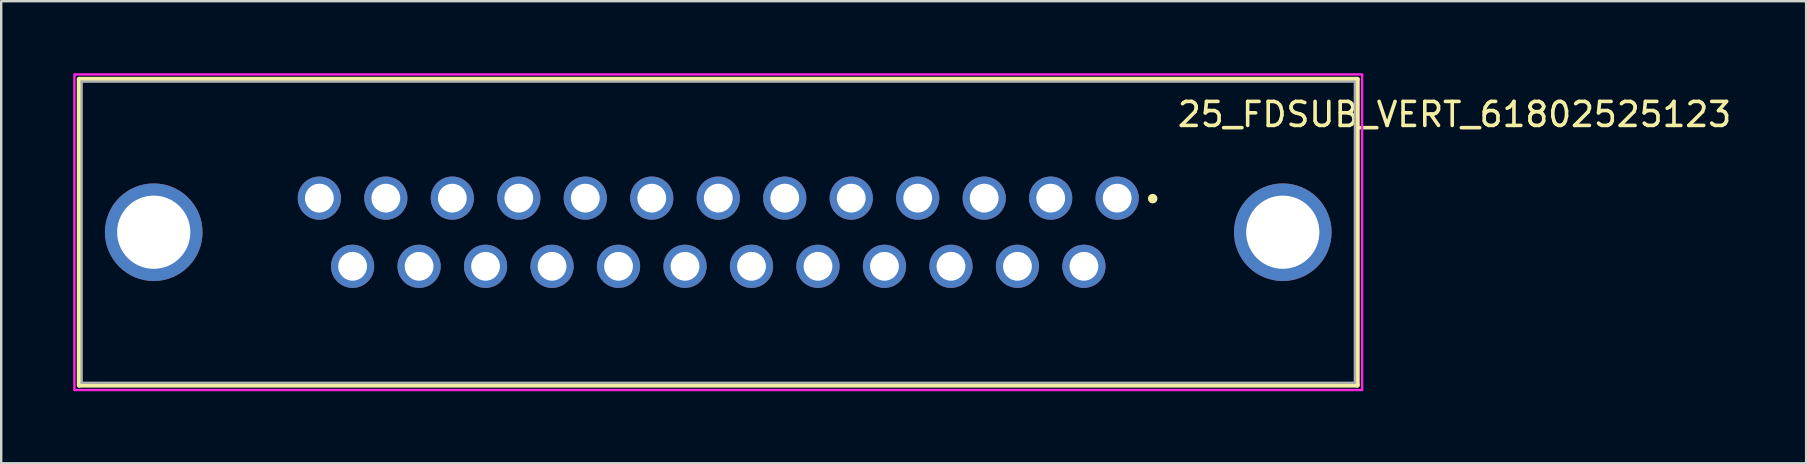
<source format=kicad_pcb>
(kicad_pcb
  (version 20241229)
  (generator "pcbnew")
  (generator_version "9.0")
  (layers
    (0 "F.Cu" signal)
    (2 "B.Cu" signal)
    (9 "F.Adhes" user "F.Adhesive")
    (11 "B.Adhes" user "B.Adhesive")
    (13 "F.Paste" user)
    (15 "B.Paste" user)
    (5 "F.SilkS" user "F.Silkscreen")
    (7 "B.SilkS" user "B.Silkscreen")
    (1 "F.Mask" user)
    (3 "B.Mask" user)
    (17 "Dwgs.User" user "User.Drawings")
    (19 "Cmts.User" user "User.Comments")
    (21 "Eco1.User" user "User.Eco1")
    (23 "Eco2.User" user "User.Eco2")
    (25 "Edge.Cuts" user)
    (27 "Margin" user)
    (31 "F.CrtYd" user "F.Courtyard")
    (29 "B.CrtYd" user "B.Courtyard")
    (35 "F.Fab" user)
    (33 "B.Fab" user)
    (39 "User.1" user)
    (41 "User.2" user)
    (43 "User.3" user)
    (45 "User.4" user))
  (footprint "25_FDSUB_VERT_61802525123"
    (layer "F.Cu")
    (at 26.875 6.625)
    (property "Reference" "25_FDSUB_VERT_61802525123" (at 30.675 -4.905 0) (layer "F.SilkS") (effects (font (size 1 1) (thickness 0.15))))
    (attr through_hole)
    (fp_line (start -26.625 -6.375) (end 26.625 -6.375) (stroke (width 0.2) (type solid)) (layer "F.SilkS"))
    (fp_line (start -26.625 6.375) (end -26.625 -6.375) (stroke (width 0.2) (type solid)) (layer "F.SilkS"))
    (fp_line (start 26.625 -6.375) (end 26.625 6.375) (stroke (width 0.2) (type solid)) (layer "F.SilkS"))
    (fp_line (start 26.625 6.375) (end -26.625 6.375) (stroke (width 0.2) (type solid)) (layer "F.SilkS"))
    (fp_circle (center 18.1 -1.4) (end 18.2 -1.4) (stroke (width 0.2) (type solid)) (fill no) (layer "F.SilkS"))
    (fp_poly (pts (xy -26.825 -6.575) (xy 26.825 -6.575) (xy 26.825 6.575) (xy -26.825 6.575)) (stroke (width 0.1) (type solid)) (fill no) (layer "F.CrtYd"))
    (fp_line (start -26.525 -6.275) (end 26.525 -6.275) (stroke (width 0.1) (type solid)) (layer "F.Fab"))
    (fp_line (start -26.525 6.275) (end -26.525 -6.275) (stroke (width 0.1) (type solid)) (layer "F.Fab"))
    (fp_line (start 26.525 -6.275) (end 26.525 6.275) (stroke (width 0.1) (type solid)) (layer "F.Fab"))
    (fp_line (start 26.525 6.275) (end -26.525 6.275) (stroke (width 0.1) (type solid)) (layer "F.Fab"))
    (pad "1" thru_hole circle (at 16.62 -1.42) (size 1.8 1.8) (drill 1.2) (layers "*.Cu" "*.Mask"))
    (pad "2" thru_hole circle (at 13.85 -1.42) (size 1.8 1.8) (drill 1.2) (layers "*.Cu" "*.Mask"))
    (pad "3" thru_hole circle (at 11.08 -1.42) (size 1.8 1.8) (drill 1.2) (layers "*.Cu" "*.Mask"))
    (pad "4" thru_hole circle (at 8.31 -1.42) (size 1.8 1.8) (drill 1.2) (layers "*.Cu" "*.Mask"))
    (pad "5" thru_hole circle (at 5.54 -1.42) (size 1.8 1.8) (drill 1.2) (layers "*.Cu" "*.Mask"))
    (pad "6" thru_hole circle (at 2.77 -1.42) (size 1.8 1.8) (drill 1.2) (layers "*.Cu" "*.Mask"))
    (pad "7" thru_hole circle (at 0 -1.42) (size 1.8 1.8) (drill 1.2) (layers "*.Cu" "*.Mask"))
    (pad "8" thru_hole circle (at -2.77 -1.42) (size 1.8 1.8) (drill 1.2) (layers "*.Cu" "*.Mask"))
    (pad "9" thru_hole circle (at -5.54 -1.42) (size 1.8 1.8) (drill 1.2) (layers "*.Cu" "*.Mask"))
    (pad "10" thru_hole circle (at -8.31 -1.42) (size 1.8 1.8) (drill 1.2) (layers "*.Cu" "*.Mask"))
    (pad "11" thru_hole circle (at -11.08 -1.42) (size 1.8 1.8) (drill 1.2) (layers "*.Cu" "*.Mask"))
    (pad "12" thru_hole circle (at -13.85 -1.42) (size 1.8 1.8) (drill 1.2) (layers "*.Cu" "*.Mask"))
    (pad "13" thru_hole circle (at -16.62 -1.42) (size 1.8 1.8) (drill 1.2) (layers "*.Cu" "*.Mask"))
    (pad "14" thru_hole circle (at 15.235 1.42) (size 1.8 1.8) (drill 1.2) (layers "*.Cu" "*.Mask"))
    (pad "15" thru_hole circle (at 12.465 1.42) (size 1.8 1.8) (drill 1.2) (layers "*.Cu" "*.Mask"))
    (pad "16" thru_hole circle (at 9.695 1.42) (size 1.8 1.8) (drill 1.2) (layers "*.Cu" "*.Mask"))
    (pad "17" thru_hole circle (at 6.925 1.42) (size 1.8 1.8) (drill 1.2) (layers "*.Cu" "*.Mask"))
    (pad "18" thru_hole circle (at 4.155 1.42) (size 1.8 1.8) (drill 1.2) (layers "*.Cu" "*.Mask"))
    (pad "19" thru_hole circle (at 1.385 1.42) (size 1.8 1.8) (drill 1.2) (layers "*.Cu" "*.Mask"))
    (pad "20" thru_hole circle (at -1.385 1.42) (size 1.8 1.8) (drill 1.2) (layers "*.Cu" "*.Mask"))
    (pad "21" thru_hole circle (at -4.155 1.42) (size 1.8 1.8) (drill 1.2) (layers "*.Cu" "*.Mask"))
    (pad "22" thru_hole circle (at -6.925 1.42) (size 1.8 1.8) (drill 1.2) (layers "*.Cu" "*.Mask"))
    (pad "23" thru_hole circle (at -9.695 1.42) (size 1.8 1.8) (drill 1.2) (layers "*.Cu" "*.Mask"))
    (pad "24" thru_hole circle (at -12.465 1.42) (size 1.8 1.8) (drill 1.2) (layers "*.Cu" "*.Mask"))
    (pad "25" thru_hole circle (at -15.235 1.42) (size 1.8 1.8) (drill 1.2) (layers "*.Cu" "*.Mask"))
    (pad "S1" thru_hole circle (at -23.52 0) (size 4.066 4.066) (drill 3.05) (layers "*.Cu" "*.Mask"))
    (pad "S2" thru_hole circle (at 23.52 0) (size 4.066 4.066) (drill 3.05) (layers "*.Cu" "*.Mask")))
  (gr_rect
    (start -3 -3)
    (end 72.199 16.25)
    (stroke (width 0.1) (type default))
    (fill no)
    (layer "Edge.Cuts")))
</source>
